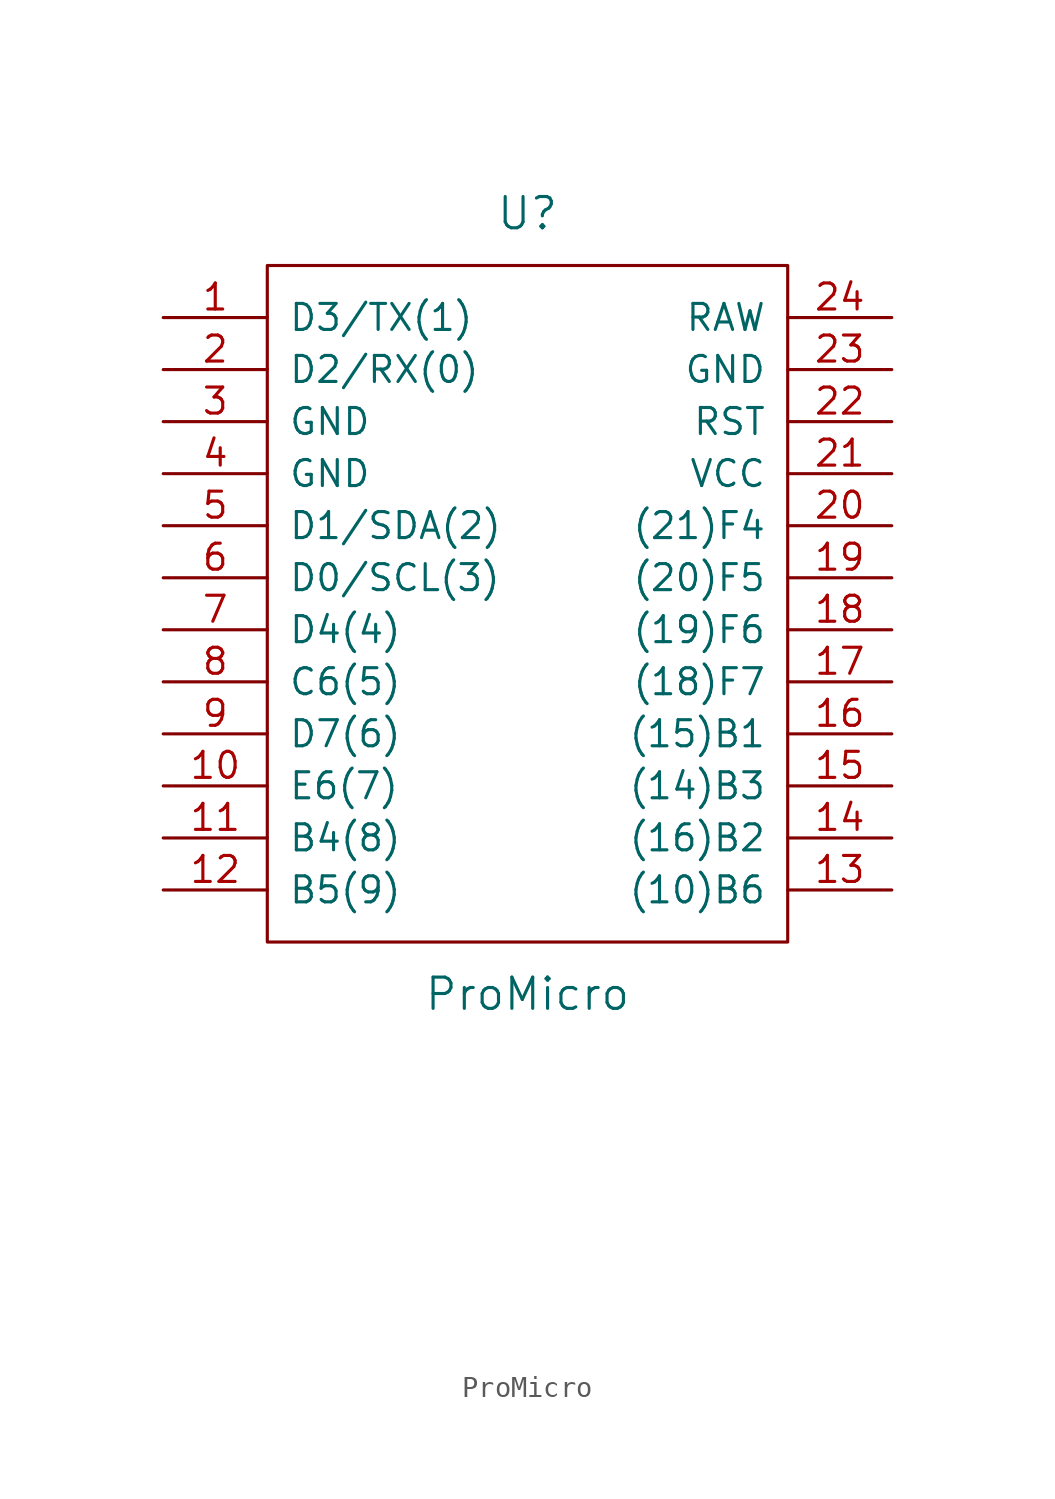
<source format=kicad_sym>
(kicad_symbol_lib
  (version 20220914)
  (generator kicad_symbol_editor)
  (symbol "ProMicro"
    (pin_names
      (offset 1.016))
    (property "Reference" "U"
      (at 0 24.13 0)
      (effects (font (size 1.524 1.524))))
    (property "Value" "ProMicro"
      (at 0 -13.97 0)
      (effects (font (size 1.524 1.524))))
    (property "Footprint" ""
      (at 2.54 -26.67 0)
      (effects (font (size 1.524 1.524))))
    (property "Datasheet" ""
      (at 2.54 -26.67 0)
      (effects (font (size 1.524 1.524))))
    (symbol "ProMicro_0_1"
      (rectangle (start -12.7 21.59) (end 12.7 -11.43) (stroke (width 0) (type solid)) (fill (type none))))
    (symbol "ProMicro_1_1"
      (pin bidirectional line (at -17.78 19.05 0) (length 5.08) (name "D3/TX(1)" (effects (font (size 1.27 1.27)))) (number "1" (effects (font (size 1.27 1.27)))))
      (pin bidirectional line (at -17.78 -3.81 0) (length 5.08) (name "E6(7)" (effects (font (size 1.27 1.27)))) (number "10" (effects (font (size 1.27 1.27)))))
      (pin bidirectional line (at -17.78 -6.35 0) (length 5.08) (name "B4(8)" (effects (font (size 1.27 1.27)))) (number "11" (effects (font (size 1.27 1.27)))))
      (pin bidirectional line (at -17.78 -8.89 0) (length 5.08) (name "B5(9)" (effects (font (size 1.27 1.27)))) (number "12" (effects (font (size 1.27 1.27)))))
      (pin bidirectional line (at 17.78 -8.89 180) (length 5.08) (name "(10)B6" (effects (font (size 1.27 1.27)))) (number "13" (effects (font (size 1.27 1.27)))))
      (pin bidirectional line (at 17.78 -6.35 180) (length 5.08) (name "(16)B2" (effects (font (size 1.27 1.27)))) (number "14" (effects (font (size 1.27 1.27)))))
      (pin bidirectional line (at 17.78 -3.81 180) (length 5.08) (name "(14)B3" (effects (font (size 1.27 1.27)))) (number "15" (effects (font (size 1.27 1.27)))))
      (pin bidirectional line (at 17.78 -1.27 180) (length 5.08) (name "(15)B1" (effects (font (size 1.27 1.27)))) (number "16" (effects (font (size 1.27 1.27)))))
      (pin bidirectional line (at 17.78 1.27 180) (length 5.08) (name "(18)F7" (effects (font (size 1.27 1.27)))) (number "17" (effects (font (size 1.27 1.27)))))
      (pin bidirectional line (at 17.78 3.81 180) (length 5.08) (name "(19)F6" (effects (font (size 1.27 1.27)))) (number "18" (effects (font (size 1.27 1.27)))))
      (pin bidirectional line (at 17.78 6.35 180) (length 5.08) (name "(20)F5" (effects (font (size 1.27 1.27)))) (number "19" (effects (font (size 1.27 1.27)))))
      (pin bidirectional line (at -17.78 16.51 0) (length 5.08) (name "D2/RX(0)" (effects (font (size 1.27 1.27)))) (number "2" (effects (font (size 1.27 1.27)))))
      (pin bidirectional line (at 17.78 8.89 180) (length 5.08) (name "(21)F4" (effects (font (size 1.27 1.27)))) (number "20" (effects (font (size 1.27 1.27)))))
      (pin power_in line (at 17.78 11.43 180) (length 5.08) (name "VCC" (effects (font (size 1.27 1.27)))) (number "21" (effects (font (size 1.27 1.27)))))
      (pin input line (at 17.78 13.97 180) (length 5.08) (name "RST" (effects (font (size 1.27 1.27)))) (number "22" (effects (font (size 1.27 1.27)))))
      (pin power_in line (at 17.78 16.51 180) (length 5.08) (name "GND" (effects (font (size 1.27 1.27)))) (number "23" (effects (font (size 1.27 1.27)))))
      (pin power_out line (at 17.78 19.05 180) (length 5.08) (name "RAW" (effects (font (size 1.27 1.27)))) (number "24" (effects (font (size 1.27 1.27)))))
      (pin power_in line (at -17.78 13.97 0) (length 5.08) (name "GND" (effects (font (size 1.27 1.27)))) (number "3" (effects (font (size 1.27 1.27)))))
      (pin power_in line (at -17.78 11.43 0) (length 5.08) (name "GND" (effects (font (size 1.27 1.27)))) (number "4" (effects (font (size 1.27 1.27)))))
      (pin bidirectional line (at -17.78 8.89 0) (length 5.08) (name "D1/SDA(2)" (effects (font (size 1.27 1.27)))) (number "5" (effects (font (size 1.27 1.27)))))
      (pin bidirectional line (at -17.78 6.35 0) (length 5.08) (name "D0/SCL(3)" (effects (font (size 1.27 1.27)))) (number "6" (effects (font (size 1.27 1.27)))))
      (pin bidirectional line (at -17.78 3.81 0) (length 5.08) (name "D4(4)" (effects (font (size 1.27 1.27)))) (number "7" (effects (font (size 1.27 1.27)))))
      (pin bidirectional line (at -17.78 1.27 0) (length 5.08) (name "C6(5)" (effects (font (size 1.27 1.27)))) (number "8" (effects (font (size 1.27 1.27)))))
      (pin bidirectional line (at -17.78 -1.27 0) (length 5.08) (name "D7(6)" (effects (font (size 1.27 1.27)))) (number "9" (effects (font (size 1.27 1.27))))))))
</source>
